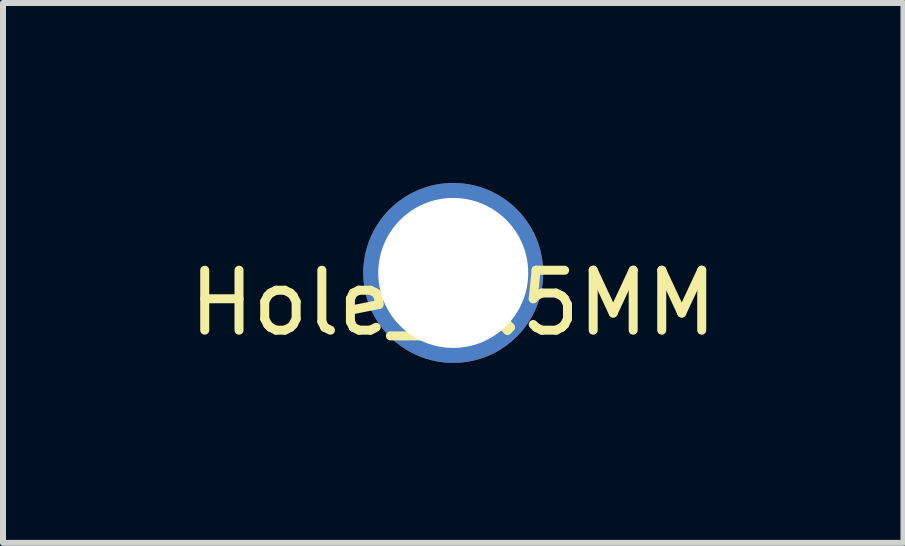
<source format=kicad_pcb>
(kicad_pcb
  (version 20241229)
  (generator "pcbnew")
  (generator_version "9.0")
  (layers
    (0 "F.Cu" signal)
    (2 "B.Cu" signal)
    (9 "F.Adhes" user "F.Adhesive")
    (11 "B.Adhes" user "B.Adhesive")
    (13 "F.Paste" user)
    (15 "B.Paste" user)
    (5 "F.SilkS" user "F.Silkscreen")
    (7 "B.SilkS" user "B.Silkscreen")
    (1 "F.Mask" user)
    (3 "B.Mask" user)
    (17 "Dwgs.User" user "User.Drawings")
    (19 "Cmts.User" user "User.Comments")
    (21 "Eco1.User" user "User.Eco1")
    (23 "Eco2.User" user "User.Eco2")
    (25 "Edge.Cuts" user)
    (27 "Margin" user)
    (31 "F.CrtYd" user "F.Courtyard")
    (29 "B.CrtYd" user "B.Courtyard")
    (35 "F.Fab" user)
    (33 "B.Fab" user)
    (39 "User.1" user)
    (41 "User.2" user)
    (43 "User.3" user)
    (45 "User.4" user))
  (footprint "Hole_2.5MM"
    (layer "F.Cu")
    (at 4.506 1.5)
    (property "Reference" "Hole_2.5MM" (at 0 0.5 0) (layer "F.SilkS") (effects (font (size 1 1) (thickness 0.15))))
    (attr through_hole)
    (pad "1" thru_hole circle (at 0 0) (size 3 3) (drill 2.5) (layers "*.Cu" "*.Mask")))
  (gr_rect
    (start -3 -3)
    (end 12.012 6)
    (stroke (width 0.1) (type default))
    (fill no)
    (layer "Edge.Cuts")))
</source>
